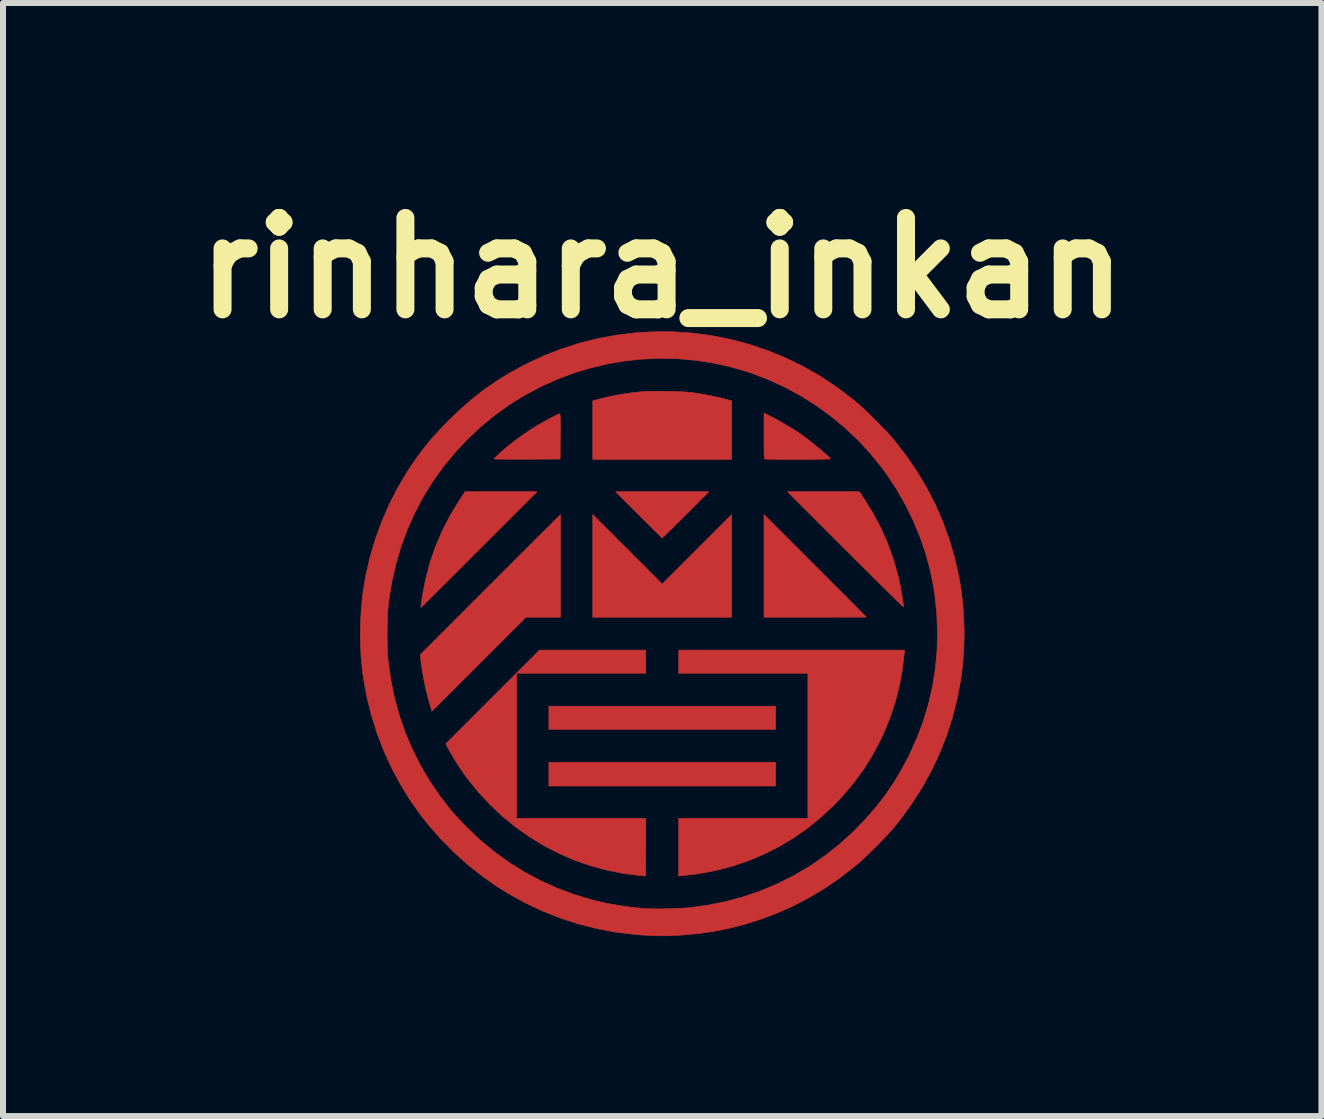
<source format=kicad_pcb>
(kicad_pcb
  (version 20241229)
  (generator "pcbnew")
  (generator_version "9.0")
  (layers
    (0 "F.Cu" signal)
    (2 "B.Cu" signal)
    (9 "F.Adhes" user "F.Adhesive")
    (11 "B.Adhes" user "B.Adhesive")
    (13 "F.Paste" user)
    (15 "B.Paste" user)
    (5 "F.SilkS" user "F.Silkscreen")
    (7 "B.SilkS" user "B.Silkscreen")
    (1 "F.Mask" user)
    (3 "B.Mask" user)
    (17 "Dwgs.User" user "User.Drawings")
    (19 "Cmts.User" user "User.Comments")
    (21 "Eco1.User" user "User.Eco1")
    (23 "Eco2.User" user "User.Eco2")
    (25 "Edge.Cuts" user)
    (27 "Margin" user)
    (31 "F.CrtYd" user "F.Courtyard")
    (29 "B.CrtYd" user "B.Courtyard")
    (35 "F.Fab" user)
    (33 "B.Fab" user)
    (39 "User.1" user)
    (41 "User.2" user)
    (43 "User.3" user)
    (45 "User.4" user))
  (footprint "rinhara_inkan"
    (layer "F.Cu")
    (at 7.99 7.514)
    (property "Reference" "rinhara_inkan" (at 0 -6.096 0) (layer "F.SilkS") (effects (font (size 1.524 1.524) (thickness 0.3))))
    (attr through_hole)
    (fp_poly (pts (xy 1.89 1.595) (xy -1.89 1.595) (xy -1.89 1.209) (xy 1.89 1.209) (xy 1.89 1.595)) (stroke (width 0.01) (type solid)) (fill yes) (layer "F.Cu"))
    (fp_poly (pts (xy 1.89 2.54) (xy -1.89 2.54) (xy -1.89 2.144) (xy 1.89 2.144) (xy 1.89 2.54)) (stroke (width 0.01) (type solid)) (fill yes) (layer "F.Cu"))
    (fp_poly (pts (xy 1.158 -0.274) (xy -1.158 -0.274) (xy -1.158 -1.986) (xy -0.579 -1.407) (xy 0 -0.828) (xy 0.579 -1.407) (xy 1.158 -1.986) (xy 1.158 -0.274)) (stroke (width 0.01) (type solid)) (fill yes) (layer "F.Cu"))
    (fp_poly (pts (xy -1.697 -1.13) (xy -1.697 -0.274) (xy -2.271 -0.274) (xy -3.055 0.51) (xy -3.839 1.293) (xy -3.87 1.193) (xy -3.906 1.064) (xy -3.941 0.922) (xy -3.972 0.773) (xy -3.999 0.625) (xy -4.02 0.484) (xy -4.028 0.411) (xy -4.034 0.351) (xy -2.866 -0.818) (xy -1.697 -1.986) (xy -1.697 -1.13)) (stroke (width 0.01) (type solid)) (fill yes) (layer "F.Cu"))
    (fp_poly (pts (xy 0.391 -1.981) (xy 0.318 -1.908) (xy 0.249 -1.84) (xy 0.186 -1.777) (xy 0.13 -1.721) (xy 0.082 -1.674) (xy 0.044 -1.637) (xy 0.017 -1.611) (xy 0.002 -1.597) (xy 0 -1.595) (xy -0.008 -1.602) (xy -0.029 -1.622) (xy -0.062 -1.654) (xy -0.105 -1.696) (xy -0.157 -1.748) (xy -0.216 -1.807) (xy -0.282 -1.873) (xy -0.353 -1.943) (xy -0.391 -1.981) (xy -0.777 -2.367) (xy 0.777 -2.367) (xy 0.391 -1.981)) (stroke (width 0.01) (type solid)) (fill yes) (layer "F.Cu"))
    (fp_poly (pts (xy -0.007 -4.042) (xy 0.094 -4.041) (xy 0.193 -4.038) (xy 0.288 -4.035) (xy 0.373 -4.03) (xy 0.446 -4.025) (xy 0.496 -4.019) (xy 0.602 -4.004) (xy 0.711 -3.985) (xy 0.82 -3.964) (xy 0.924 -3.942) (xy 1.018 -3.92) (xy 1.098 -3.898) (xy 1.125 -3.89) (xy 1.158 -3.88) (xy 1.158 -2.906) (xy -1.158 -2.906) (xy -1.158 -3.881) (xy -1.105 -3.896) (xy -0.963 -3.933) (xy -0.807 -3.967) (xy -0.645 -3.996) (xy -0.482 -4.019) (xy -0.338 -4.034) (xy -0.274 -4.038) (xy -0.194 -4.041) (xy -0.104 -4.042) (xy -0.007 -4.042)) (stroke (width 0.01) (type solid)) (fill yes) (layer "F.Cu"))
    (fp_poly (pts (xy 2.55 -1.133) (xy 2.66 -1.023) (xy 2.765 -0.918) (xy 2.865 -0.817) (xy 2.96 -0.723) (xy 3.048 -0.635) (xy 3.128 -0.554) (xy 3.2 -0.482) (xy 3.262 -0.42) (xy 3.314 -0.367) (xy 3.355 -0.326) (xy 3.384 -0.297) (xy 3.4 -0.28) (xy 3.404 -0.277) (xy 3.394 -0.276) (xy 3.365 -0.276) (xy 3.319 -0.276) (xy 3.257 -0.275) (xy 3.181 -0.275) (xy 3.091 -0.275) (xy 2.991 -0.275) (xy 2.88 -0.275) (xy 2.761 -0.274) (xy 2.635 -0.274) (xy 2.55 -0.274) (xy 1.697 -0.274) (xy 1.697 -1.986) (xy 2.55 -1.133)) (stroke (width 0.01) (type solid)) (fill yes) (layer "F.Cu"))
    (fp_poly (pts (xy 4.037 0.307) (xy 4.004 0.592) (xy 3.954 0.868) (xy 3.886 1.136) (xy 3.799 1.397) (xy 3.694 1.654) (xy 3.629 1.793) (xy 3.5 2.034) (xy 3.356 2.263) (xy 3.197 2.481) (xy 3.021 2.69) (xy 2.86 2.86) (xy 2.648 3.058) (xy 2.426 3.239) (xy 2.194 3.402) (xy 1.952 3.547) (xy 1.701 3.675) (xy 1.441 3.784) (xy 1.172 3.875) (xy 0.896 3.947) (xy 0.611 4.001) (xy 0.32 4.036) (xy 0.307 4.037) (xy 0.274 4.04) (xy 0.274 3.078) (xy 2.428 3.078) (xy 2.428 0.66) (xy 0.274 0.66) (xy 0.274 0.274) (xy 4.04 0.274) (xy 4.037 0.307)) (stroke (width 0.01) (type solid)) (fill yes) (layer "F.Cu"))
    (fp_poly (pts (xy -3.053 -1.402) (xy -3.17 -1.286) (xy -3.282 -1.173) (xy -3.39 -1.065) (xy -3.492 -0.963) (xy -3.588 -0.868) (xy -3.676 -0.78) (xy -3.756 -0.7) (xy -3.827 -0.629) (xy -3.889 -0.568) (xy -3.939 -0.517) (xy -3.978 -0.478) (xy -4.005 -0.452) (xy -4.019 -0.438) (xy -4.021 -0.437) (xy -4.023 -0.445) (xy -4.023 -0.455) (xy -4.022 -0.47) (xy -4.018 -0.502) (xy -4.011 -0.547) (xy -4.003 -0.599) (xy -3.998 -0.632) (xy -3.944 -0.913) (xy -3.871 -1.187) (xy -3.778 -1.456) (xy -3.666 -1.717) (xy -3.535 -1.971) (xy -3.385 -2.219) (xy -3.369 -2.243) (xy -3.287 -2.367) (xy -2.088 -2.367) (xy -3.053 -1.402)) (stroke (width 0.01) (type solid)) (fill yes) (layer "F.Cu"))
    (fp_poly (pts (xy 3.369 -2.243) (xy 3.52 -1.998) (xy 3.652 -1.748) (xy 3.764 -1.49) (xy 3.859 -1.224) (xy 3.935 -0.95) (xy 3.946 -0.904) (xy 3.958 -0.848) (xy 3.971 -0.785) (xy 3.983 -0.719) (xy 3.995 -0.653) (xy 4.005 -0.591) (xy 4.013 -0.536) (xy 4.019 -0.492) (xy 4.022 -0.461) (xy 4.022 -0.447) (xy 4.014 -0.453) (xy 3.993 -0.472) (xy 3.96 -0.504) (xy 3.914 -0.548) (xy 3.858 -0.604) (xy 3.791 -0.669) (xy 3.715 -0.744) (xy 3.63 -0.828) (xy 3.538 -0.919) (xy 3.439 -1.017) (xy 3.334 -1.122) (xy 3.223 -1.232) (xy 3.109 -1.347) (xy 3.053 -1.402) (xy 2.088 -2.367) (xy 3.287 -2.367) (xy 3.369 -2.243)) (stroke (width 0.01) (type solid)) (fill yes) (layer "F.Cu"))
    (fp_poly (pts (xy -0.274 0.66) (xy -2.428 0.66) (xy -2.428 3.078) (xy -0.274 3.078) (xy -0.274 3.561) (xy -0.274 3.658) (xy -0.275 3.748) (xy -0.275 3.83) (xy -0.275 3.901) (xy -0.275 3.96) (xy -0.276 4.004) (xy -0.276 4.033) (xy -0.277 4.042) (xy -0.277 4.042) (xy -0.287 4.041) (xy -0.314 4.038) (xy -0.351 4.034) (xy -0.376 4.032) (xy -0.658 3.996) (xy -0.936 3.94) (xy -1.207 3.865) (xy -1.471 3.772) (xy -1.728 3.661) (xy -1.976 3.532) (xy -2.215 3.386) (xy -2.444 3.224) (xy -2.663 3.045) (xy -2.87 2.851) (xy -3.065 2.641) (xy -3.246 2.417) (xy -3.312 2.327) (xy -3.354 2.266) (xy -3.4 2.196) (xy -3.448 2.12) (xy -3.494 2.044) (xy -3.536 1.973) (xy -3.57 1.911) (xy -3.581 1.89) (xy -3.609 1.836) (xy -2.047 0.274) (xy -0.274 0.274) (xy -0.274 0.66)) (stroke (width 0.01) (type solid)) (fill yes) (layer "F.Cu"))
    (fp_poly (pts (xy -1.705 -3.663) (xy -1.703 -3.646) (xy -1.701 -3.616) (xy -1.699 -3.573) (xy -1.699 -3.514) (xy -1.698 -3.438) (xy -1.699 -3.344) (xy -1.699 -3.289) (xy -1.702 -2.911) (xy -2.253 -2.908) (xy -2.357 -2.908) (xy -2.454 -2.908) (xy -2.543 -2.908) (xy -2.622 -2.909) (xy -2.689 -2.909) (xy -2.743 -2.91) (xy -2.781 -2.912) (xy -2.801 -2.913) (xy -2.804 -2.914) (xy -2.797 -2.924) (xy -2.776 -2.945) (xy -2.744 -2.975) (xy -2.703 -3.013) (xy -2.656 -3.055) (xy -2.603 -3.1) (xy -2.586 -3.115) (xy -2.525 -3.164) (xy -2.452 -3.22) (xy -2.372 -3.279) (xy -2.288 -3.338) (xy -2.207 -3.393) (xy -2.14 -3.436) (xy -2.092 -3.465) (xy -2.037 -3.497) (xy -1.979 -3.53) (xy -1.92 -3.563) (xy -1.862 -3.594) (xy -1.81 -3.621) (xy -1.765 -3.644) (xy -1.732 -3.659) (xy -1.711 -3.667) (xy -1.708 -3.668) (xy -1.705 -3.663)) (stroke (width 0.01) (type solid)) (fill yes) (layer "F.Cu"))
    (fp_poly (pts (xy 1.811 -3.621) (xy 1.891 -3.58) (xy 1.98 -3.53) (xy 2.072 -3.476) (xy 2.164 -3.421) (xy 2.249 -3.367) (xy 2.321 -3.317) (xy 2.332 -3.31) (xy 2.385 -3.271) (xy 2.442 -3.228) (xy 2.502 -3.181) (xy 2.562 -3.133) (xy 2.619 -3.085) (xy 2.673 -3.04) (xy 2.72 -2.999) (xy 2.759 -2.964) (xy 2.787 -2.937) (xy 2.802 -2.919) (xy 2.804 -2.914) (xy 2.794 -2.913) (xy 2.767 -2.911) (xy 2.723 -2.91) (xy 2.666 -2.909) (xy 2.597 -2.908) (xy 2.52 -2.907) (xy 2.435 -2.907) (xy 2.346 -2.906) (xy 2.255 -2.906) (xy 2.164 -2.906) (xy 2.075 -2.906) (xy 1.99 -2.906) (xy 1.913 -2.907) (xy 1.844 -2.908) (xy 1.786 -2.909) (xy 1.742 -2.91) (xy 1.714 -2.911) (xy 1.703 -2.913) (xy 1.702 -2.924) (xy 1.701 -2.953) (xy 1.699 -2.998) (xy 1.698 -3.057) (xy 1.697 -3.127) (xy 1.697 -3.206) (xy 1.697 -3.291) (xy 1.697 -3.299) (xy 1.697 -3.678) (xy 1.811 -3.621)) (stroke (width 0.01) (type solid)) (fill yes) (layer "F.Cu"))
    (fp_poly (pts (xy 0.179 -5.033) (xy 0.491 -5.012) (xy 0.802 -4.973) (xy 1.11 -4.913) (xy 1.414 -4.834) (xy 1.473 -4.816) (xy 1.771 -4.715) (xy 2.058 -4.597) (xy 2.336 -4.462) (xy 2.605 -4.31) (xy 2.867 -4.139) (xy 3.123 -3.949) (xy 3.231 -3.862) (xy 3.284 -3.816) (xy 3.348 -3.758) (xy 3.419 -3.691) (xy 3.495 -3.617) (xy 3.573 -3.54) (xy 3.648 -3.463) (xy 3.72 -3.389) (xy 3.784 -3.32) (xy 3.837 -3.261) (xy 3.862 -3.231) (xy 4.064 -2.972) (xy 4.246 -2.706) (xy 4.409 -2.432) (xy 4.554 -2.151) (xy 4.68 -1.861) (xy 4.787 -1.564) (xy 4.876 -1.258) (xy 4.946 -0.944) (xy 4.977 -0.767) (xy 5.008 -0.524) (xy 5.027 -0.27) (xy 5.034 -0.01) (xy 5.028 0.249) (xy 5.01 0.504) (xy 4.98 0.748) (xy 4.977 0.767) (xy 4.917 1.086) (xy 4.838 1.396) (xy 4.741 1.698) (xy 4.625 1.992) (xy 4.491 2.278) (xy 4.338 2.557) (xy 4.166 2.827) (xy 3.975 3.09) (xy 3.862 3.231) (xy 3.816 3.284) (xy 3.758 3.348) (xy 3.691 3.419) (xy 3.617 3.495) (xy 3.54 3.573) (xy 3.463 3.648) (xy 3.389 3.72) (xy 3.32 3.784) (xy 3.261 3.837) (xy 3.231 3.862) (xy 2.974 4.062) (xy 2.711 4.243) (xy 2.441 4.404) (xy 2.164 4.548) (xy 1.878 4.673) (xy 1.644 4.76) (xy 1.382 4.843) (xy 1.124 4.91) (xy 0.864 4.962) (xy 0.597 5) (xy 0.32 5.025) (xy 0.249 5.029) (xy 0.158 5.033) (xy 0.08 5.036) (xy 0.006 5.037) (xy -0.07 5.036) (xy -0.155 5.034) (xy -0.208 5.032) (xy -0.247 5.03) (xy -0.3 5.027) (xy -0.362 5.022) (xy -0.427 5.017) (xy -0.462 5.013) (xy -0.78 4.975) (xy -1.092 4.916) (xy -1.399 4.838) (xy -1.7 4.741) (xy -1.994 4.624) (xy -2.282 4.489) (xy -2.562 4.334) (xy -2.761 4.211) (xy -3.007 4.038) (xy -3.245 3.848) (xy -3.474 3.642) (xy -3.691 3.423) (xy -3.894 3.192) (xy -4.037 3.01) (xy -4.213 2.76) (xy -4.373 2.497) (xy -4.518 2.224) (xy -4.646 1.941) (xy -4.757 1.65) (xy -4.85 1.354) (xy -4.925 1.053) (xy -4.98 0.749) (xy -4.993 0.658) (xy -5.02 0.388) (xy -5.033 0.109) (xy -5.032 -0.036) (xy -4.586 -0.036) (xy -4.586 0.086) (xy -4.584 0.204) (xy -4.579 0.315) (xy -4.573 0.412) (xy -4.568 0.462) (xy -4.524 0.773) (xy -4.462 1.075) (xy -4.381 1.37) (xy -4.281 1.657) (xy -4.162 1.935) (xy -4.025 2.206) (xy -3.87 2.468) (xy -3.696 2.721) (xy -3.517 2.95) (xy -3.465 3.01) (xy -3.401 3.08) (xy -3.329 3.156) (xy -3.253 3.234) (xy -3.175 3.31) (xy -3.101 3.381) (xy -3.033 3.444) (xy -3.02 3.455) (xy -2.786 3.647) (xy -2.54 3.823) (xy -2.284 3.981) (xy -2.017 4.123) (xy -1.742 4.247) (xy -1.458 4.352) (xy -1.167 4.439) (xy -1.102 4.455) (xy -0.917 4.497) (xy -0.721 4.532) (xy -0.523 4.56) (xy -0.329 4.579) (xy -0.229 4.586) (xy -0.172 4.588) (xy -0.099 4.588) (xy -0.015 4.588) (xy 0.075 4.586) (xy 0.168 4.583) (xy 0.259 4.58) (xy 0.342 4.576) (xy 0.415 4.571) (xy 0.463 4.567) (xy 0.767 4.525) (xy 1.066 4.465) (xy 1.358 4.385) (xy 1.642 4.287) (xy 1.919 4.171) (xy 2.186 4.037) (xy 2.445 3.886) (xy 2.693 3.717) (xy 2.93 3.531) (xy 3.156 3.329) (xy 3.189 3.297) (xy 3.381 3.1) (xy 3.555 2.902) (xy 3.714 2.698) (xy 3.859 2.485) (xy 3.993 2.261) (xy 4.119 2.023) (xy 4.119 2.022) (xy 4.245 1.744) (xy 4.352 1.46) (xy 4.439 1.172) (xy 4.506 0.88) (xy 4.553 0.583) (xy 4.581 0.282) (xy 4.589 -0.022) (xy 4.577 -0.329) (xy 4.545 -0.638) (xy 4.521 -0.798) (xy 4.465 -1.069) (xy 4.391 -1.341) (xy 4.298 -1.611) (xy 4.187 -1.877) (xy 4.061 -2.137) (xy 3.919 -2.388) (xy 3.762 -2.629) (xy 3.655 -2.776) (xy 3.464 -3.011) (xy 3.259 -3.232) (xy 3.039 -3.438) (xy 2.807 -3.63) (xy 2.563 -3.807) (xy 2.308 -3.967) (xy 2.043 -4.11) (xy 1.769 -4.236) (xy 1.488 -4.344) (xy 1.424 -4.365) (xy 1.135 -4.449) (xy 0.843 -4.513) (xy 0.548 -4.558) (xy 0.253 -4.584) (xy -0.042 -4.59) (xy -0.336 -4.577) (xy -0.629 -4.546) (xy -0.919 -4.496) (xy -1.205 -4.428) (xy -1.486 -4.342) (xy -1.761 -4.238) (xy -2.03 -4.116) (xy -2.291 -3.977) (xy -2.543 -3.821) (xy -2.786 -3.647) (xy -3.019 -3.456) (xy -3.02 -3.455) (xy -3.246 -3.243) (xy -3.456 -3.019) (xy -3.649 -2.785) (xy -3.824 -2.539) (xy -3.983 -2.284) (xy -4.123 -2.018) (xy -4.247 -1.743) (xy -4.352 -1.46) (xy -4.438 -1.168) (xy -4.507 -0.868) (xy -4.556 -0.561) (xy -4.568 -0.462) (xy -4.576 -0.374) (xy -4.581 -0.271) (xy -4.585 -0.157) (xy -4.586 -0.036) (xy -5.032 -0.036) (xy -5.031 -0.172) (xy -5.015 -0.45) (xy -4.993 -0.658) (xy -4.943 -0.967) (xy -4.872 -1.273) (xy -4.783 -1.574) (xy -4.675 -1.87) (xy -4.549 -2.159) (xy -4.406 -2.439) (xy -4.245 -2.709) (xy -4.193 -2.789) (xy -4.096 -2.929) (xy -4 -3.059) (xy -3.901 -3.184) (xy -3.795 -3.307) (xy -3.678 -3.433) (xy -3.557 -3.557) (xy -3.363 -3.742) (xy -3.17 -3.911) (xy -2.974 -4.064) (xy -2.771 -4.206) (xy -2.559 -4.337) (xy -2.332 -4.462) (xy -2.245 -4.506) (xy -1.959 -4.639) (xy -1.666 -4.752) (xy -1.367 -4.846) (xy -1.063 -4.922) (xy -0.755 -4.978) (xy -0.445 -5.016) (xy -0.133 -5.034) (xy 0.179 -5.033)) (stroke (width 0.01) (type solid)) (fill yes) (layer "F.Cu")))
  (gr_rect
    (start -3 -3)
    (end 18.98 15.556)
    (stroke (width 0.1) (type default))
    (fill no)
    (layer "Edge.Cuts")))
</source>
